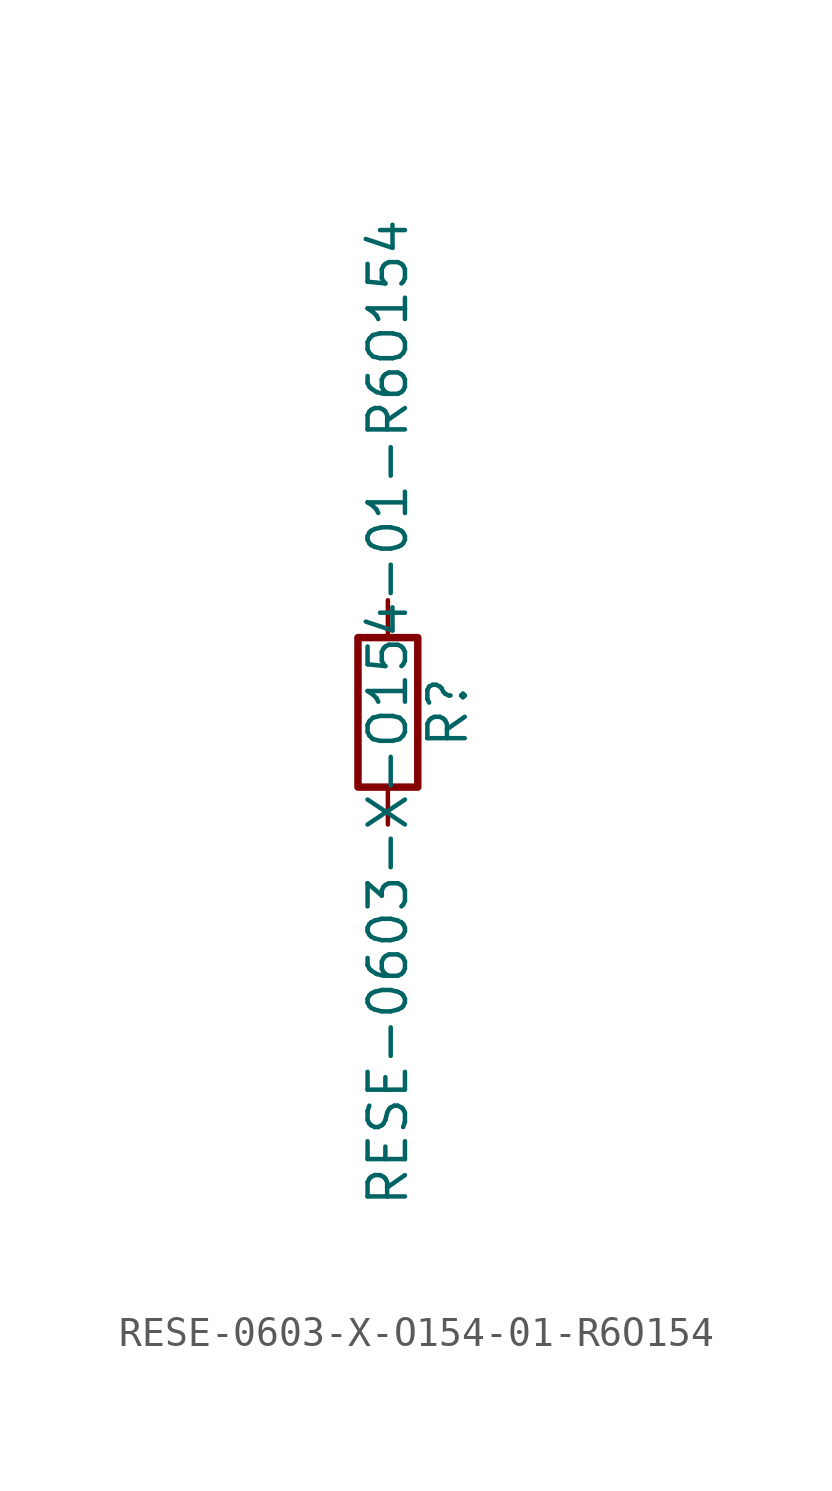
<source format=kicad_sym>
(kicad_symbol_lib
  (version 20211014)
  (generator kicad_symbol_editor)
  (symbol "RESE-0603-X-O154-01-R6O154"
    (pin_numbers hide)
    (pin_names
      (offset 0))
    (property "Reference" "R"
      (at 2.032 0 90)
      (effects (font (size 1.27 1.27))))
    (property "Value" "RESE-0603-X-O154-01-R6O154"
      (at 0 0 90)
      (effects (font (size 1.27 1.27))))
    (symbol "RESE-0603-X-O154-01-R6O154_0_1"
      (rectangle (start -1.016 -2.54) (end 1.016 2.54) (stroke (width 0.254) (type default) (color 0 0 0 0)) (fill (type none))))
    (symbol "RESE-0603-X-O154-01-R6O154_1_1"
      (pin passive line (at 0 3.81 270) (length 1.27) (name "~" (effects (font (size 1.27 1.27)))) (number "1" (effects (font (size 1.27 1.27)))))
      (pin passive line (at 0 -3.81 90) (length 1.27) (name "~" (effects (font (size 1.27 1.27)))) (number "2" (effects (font (size 1.27 1.27))))))))
</source>
